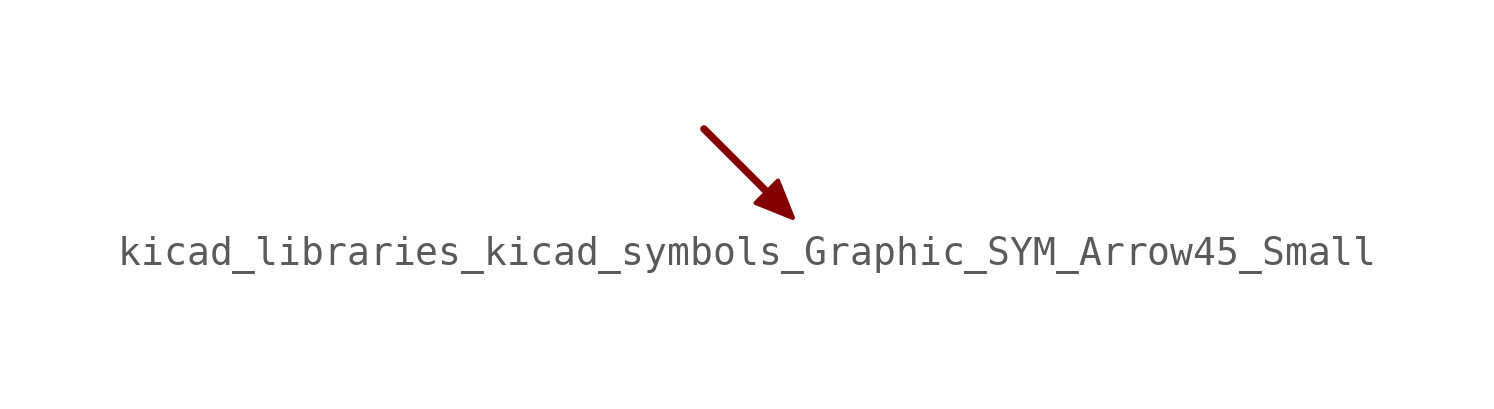
<source format=kicad_sym>
(kicad_symbol_lib
  (version 20220914)
  (generator kicad_symbol_editor)
  (symbol "kicad_libraries_kicad_symbols_Graphic_SYM_Arrow45_Small"
    (property "Reference" "#SYM"
      (at 4.318 1.016 0)
      (effects (font (size 1.27 1.27)) hide))
    (symbol "kicad_libraries_kicad_symbols_Graphic_SYM_Arrow45_Small_0_1"
      (polyline (pts (xy 1.27 -1.27) (xy -1.524 1.524)) (stroke (width 0.254) (type default)) (fill (type none)))
      (polyline (pts (xy 1.524 -1.524) (xy 0.254 -1.016) (xy 1.016 -0.254) (xy 1.524 -1.524)) (stroke (width 0) (type default)) (fill (type outline))))))
</source>
